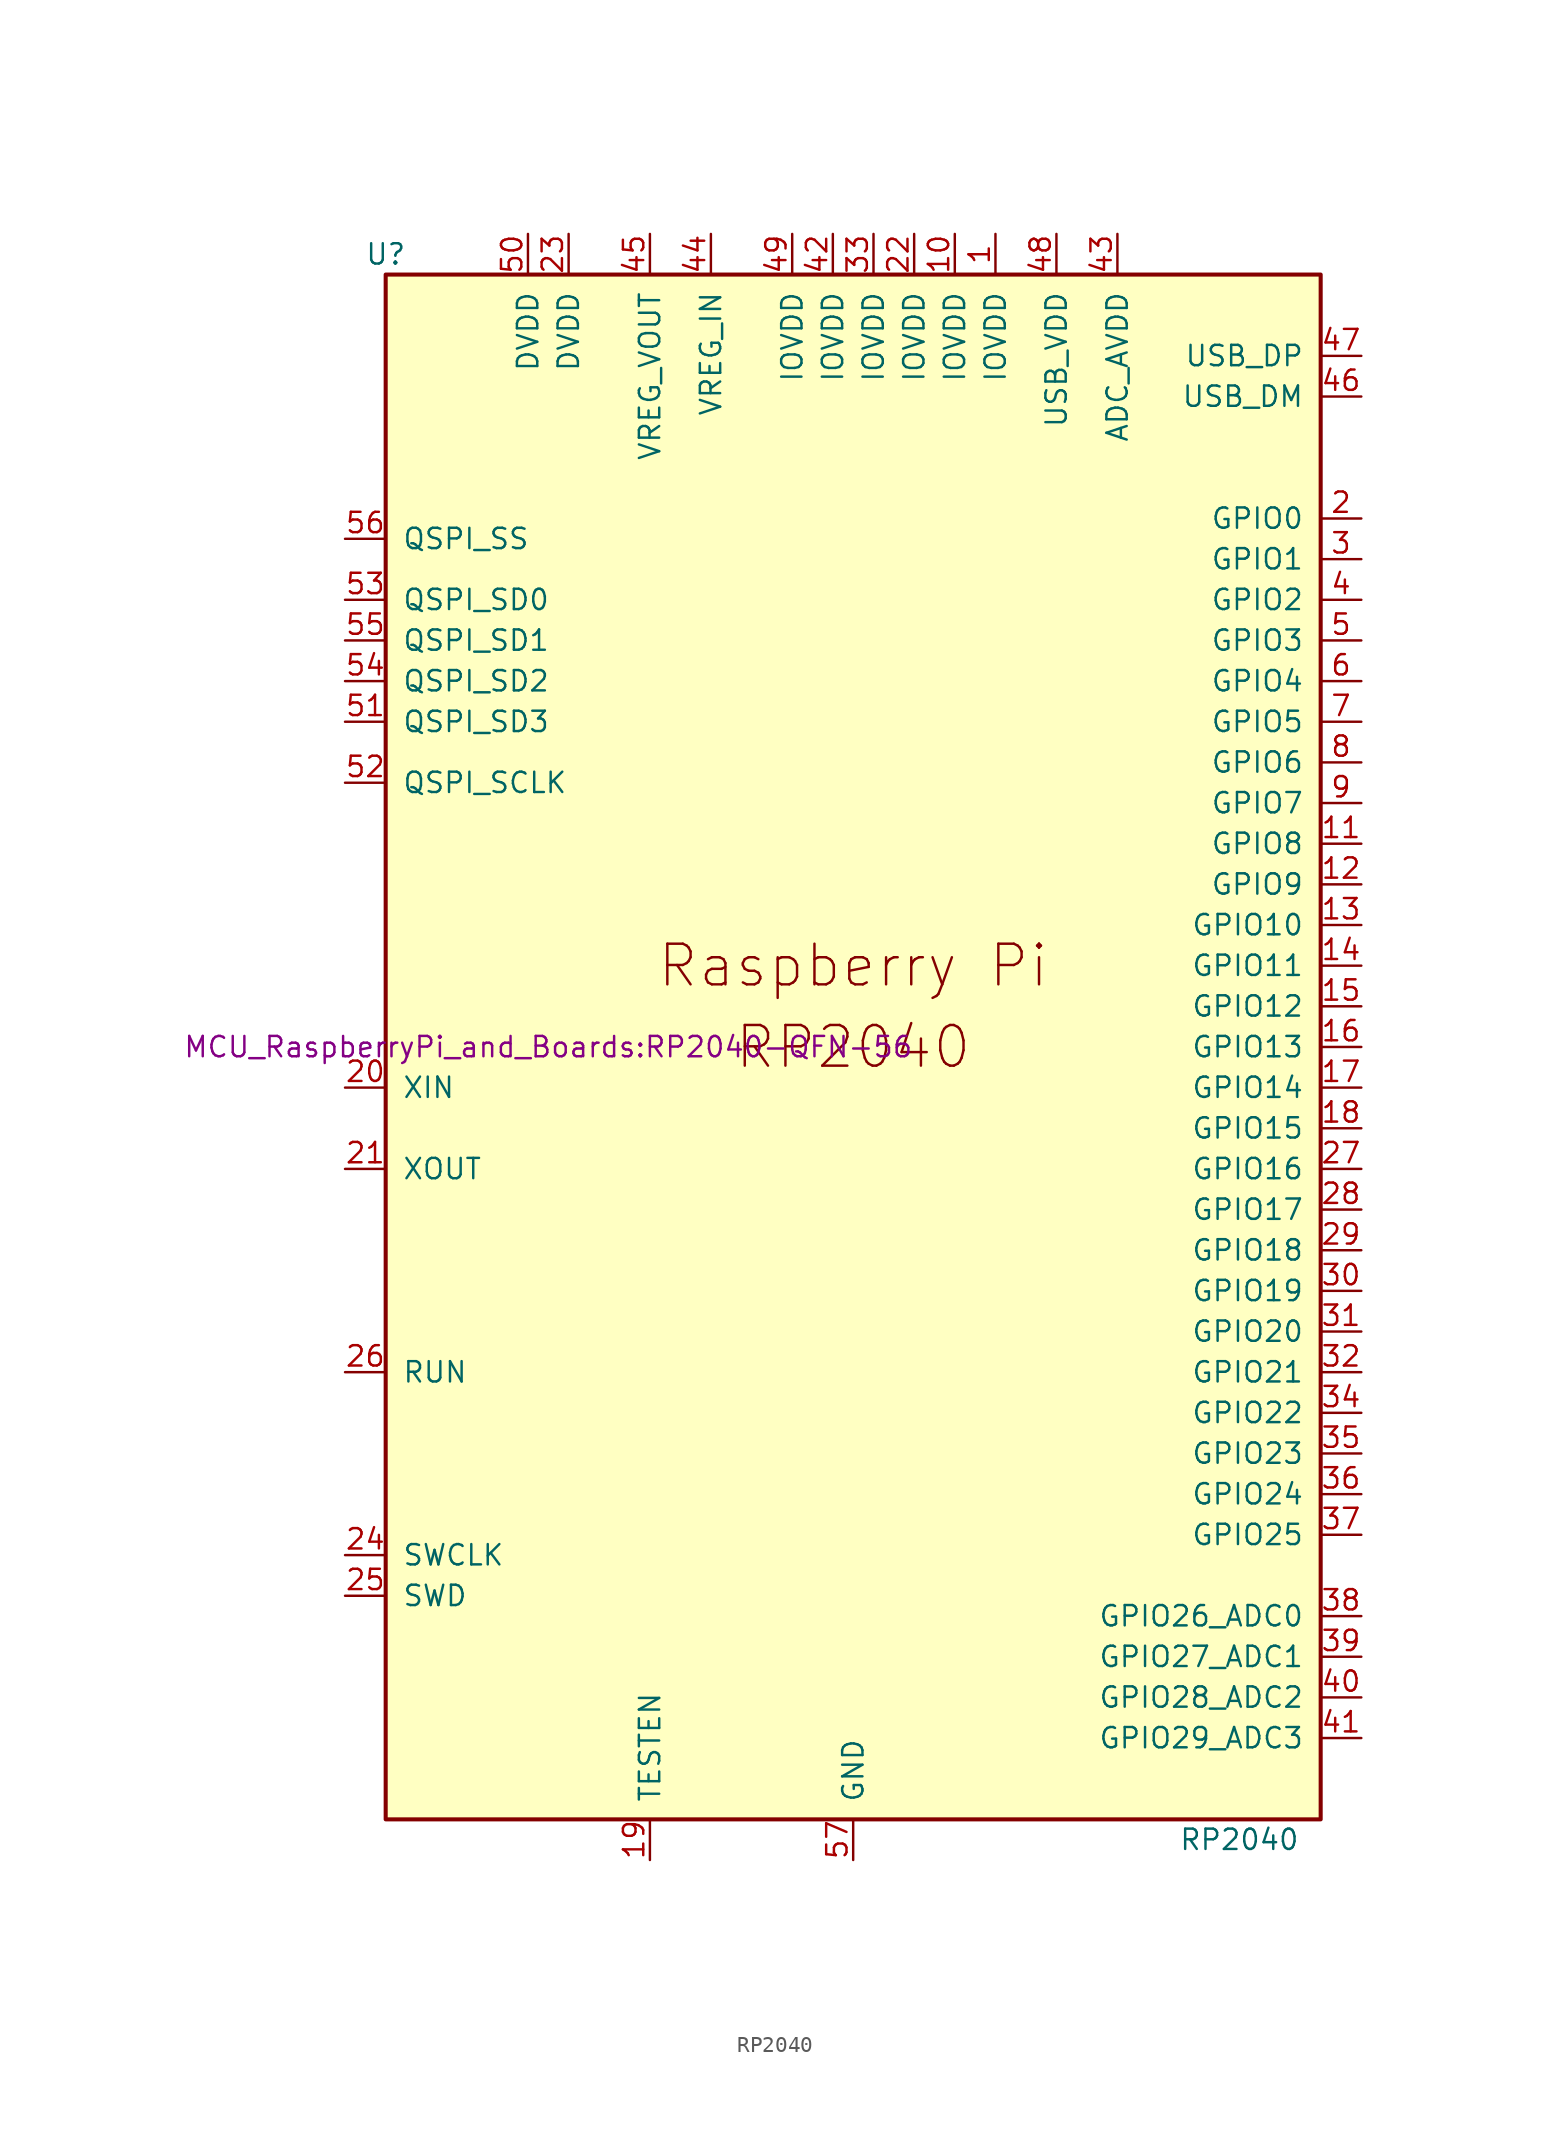
<source format=kicad_sym>
(kicad_symbol_lib
  (version 20211014)
  (generator kicad_symbol_editor)
  (symbol "RP2040"
    (pin_names
      (offset 1.016))
    (property "Reference" "U"
      (at -29.21 49.53 0)
      (effects (font (size 1.27 1.27))))
    (property "Value" "RP2040"
      (at 24.13 -49.53 0)
      (effects (font (size 1.27 1.27))))
    (property "Footprint" "MCU_RaspberryPi_and_Boards:RP2040-QFN-56"
      (at -19.05 0 0)
      (effects (font (size 1.27 1.27))))
    (symbol "RP2040_0_0"
      (text "Raspberry Pi" (at 0 5.08 0) (effects (font (size 2.54 2.54))))
      (text "RP2040" (at 0 0 0) (effects (font (size 2.54 2.54)))))
    (symbol "RP2040_0_1"
      (rectangle (start 29.21 48.26) (end -29.21 -48.26) (stroke (width 0.254) (type default) (color 0 0 0 0)) (fill (type background))))
    (symbol "RP2040_1_1"
      (pin power_in line (at 8.89 50.8 270) (length 2.54) (name "IOVDD" (effects (font (size 1.27 1.27)))) (number "1" (effects (font (size 1.27 1.27)))))
      (pin power_in line (at 6.35 50.8 270) (length 2.54) (name "IOVDD" (effects (font (size 1.27 1.27)))) (number "10" (effects (font (size 1.27 1.27)))))
      (pin bidirectional line (at 31.75 12.7 180) (length 2.54) (name "GPIO8" (effects (font (size 1.27 1.27)))) (number "11" (effects (font (size 1.27 1.27)))))
      (pin bidirectional line (at 31.75 10.16 180) (length 2.54) (name "GPIO9" (effects (font (size 1.27 1.27)))) (number "12" (effects (font (size 1.27 1.27)))))
      (pin bidirectional line (at 31.75 7.62 180) (length 2.54) (name "GPIO10" (effects (font (size 1.27 1.27)))) (number "13" (effects (font (size 1.27 1.27)))))
      (pin bidirectional line (at 31.75 5.08 180) (length 2.54) (name "GPIO11" (effects (font (size 1.27 1.27)))) (number "14" (effects (font (size 1.27 1.27)))))
      (pin bidirectional line (at 31.75 2.54 180) (length 2.54) (name "GPIO12" (effects (font (size 1.27 1.27)))) (number "15" (effects (font (size 1.27 1.27)))))
      (pin bidirectional line (at 31.75 0 180) (length 2.54) (name "GPIO13" (effects (font (size 1.27 1.27)))) (number "16" (effects (font (size 1.27 1.27)))))
      (pin bidirectional line (at 31.75 -2.54 180) (length 2.54) (name "GPIO14" (effects (font (size 1.27 1.27)))) (number "17" (effects (font (size 1.27 1.27)))))
      (pin bidirectional line (at 31.75 -5.08 180) (length 2.54) (name "GPIO15" (effects (font (size 1.27 1.27)))) (number "18" (effects (font (size 1.27 1.27)))))
      (pin passive line (at -12.7 -50.8 90) (length 2.54) (name "TESTEN" (effects (font (size 1.27 1.27)))) (number "19" (effects (font (size 1.27 1.27)))))
      (pin bidirectional line (at 31.75 33.02 180) (length 2.54) (name "GPIO0" (effects (font (size 1.27 1.27)))) (number "2" (effects (font (size 1.27 1.27)))))
      (pin input line (at -31.75 -2.54 0) (length 2.54) (name "XIN" (effects (font (size 1.27 1.27)))) (number "20" (effects (font (size 1.27 1.27)))))
      (pin passive line (at -31.75 -7.62 0) (length 2.54) (name "XOUT" (effects (font (size 1.27 1.27)))) (number "21" (effects (font (size 1.27 1.27)))))
      (pin power_in line (at 3.81 50.8 270) (length 2.54) (name "IOVDD" (effects (font (size 1.27 1.27)))) (number "22" (effects (font (size 1.27 1.27)))))
      (pin power_in line (at -17.78 50.8 270) (length 2.54) (name "DVDD" (effects (font (size 1.27 1.27)))) (number "23" (effects (font (size 1.27 1.27)))))
      (pin output line (at -31.75 -31.75 0) (length 2.54) (name "SWCLK" (effects (font (size 1.27 1.27)))) (number "24" (effects (font (size 1.27 1.27)))))
      (pin bidirectional line (at -31.75 -34.29 0) (length 2.54) (name "SWD" (effects (font (size 1.27 1.27)))) (number "25" (effects (font (size 1.27 1.27)))))
      (pin input line (at -31.75 -20.32 0) (length 2.54) (name "RUN" (effects (font (size 1.27 1.27)))) (number "26" (effects (font (size 1.27 1.27)))))
      (pin bidirectional line (at 31.75 -7.62 180) (length 2.54) (name "GPIO16" (effects (font (size 1.27 1.27)))) (number "27" (effects (font (size 1.27 1.27)))))
      (pin bidirectional line (at 31.75 -10.16 180) (length 2.54) (name "GPIO17" (effects (font (size 1.27 1.27)))) (number "28" (effects (font (size 1.27 1.27)))))
      (pin bidirectional line (at 31.75 -12.7 180) (length 2.54) (name "GPIO18" (effects (font (size 1.27 1.27)))) (number "29" (effects (font (size 1.27 1.27)))))
      (pin bidirectional line (at 31.75 30.48 180) (length 2.54) (name "GPIO1" (effects (font (size 1.27 1.27)))) (number "3" (effects (font (size 1.27 1.27)))))
      (pin bidirectional line (at 31.75 -15.24 180) (length 2.54) (name "GPIO19" (effects (font (size 1.27 1.27)))) (number "30" (effects (font (size 1.27 1.27)))))
      (pin bidirectional line (at 31.75 -17.78 180) (length 2.54) (name "GPIO20" (effects (font (size 1.27 1.27)))) (number "31" (effects (font (size 1.27 1.27)))))
      (pin bidirectional line (at 31.75 -20.32 180) (length 2.54) (name "GPIO21" (effects (font (size 1.27 1.27)))) (number "32" (effects (font (size 1.27 1.27)))))
      (pin power_in line (at 1.27 50.8 270) (length 2.54) (name "IOVDD" (effects (font (size 1.27 1.27)))) (number "33" (effects (font (size 1.27 1.27)))))
      (pin bidirectional line (at 31.75 -22.86 180) (length 2.54) (name "GPIO22" (effects (font (size 1.27 1.27)))) (number "34" (effects (font (size 1.27 1.27)))))
      (pin bidirectional line (at 31.75 -25.4 180) (length 2.54) (name "GPIO23" (effects (font (size 1.27 1.27)))) (number "35" (effects (font (size 1.27 1.27)))))
      (pin bidirectional line (at 31.75 -27.94 180) (length 2.54) (name "GPIO24" (effects (font (size 1.27 1.27)))) (number "36" (effects (font (size 1.27 1.27)))))
      (pin bidirectional line (at 31.75 -30.48 180) (length 2.54) (name "GPIO25" (effects (font (size 1.27 1.27)))) (number "37" (effects (font (size 1.27 1.27)))))
      (pin bidirectional line (at 31.75 -35.56 180) (length 2.54) (name "GPIO26_ADC0" (effects (font (size 1.27 1.27)))) (number "38" (effects (font (size 1.27 1.27)))))
      (pin bidirectional line (at 31.75 -38.1 180) (length 2.54) (name "GPIO27_ADC1" (effects (font (size 1.27 1.27)))) (number "39" (effects (font (size 1.27 1.27)))))
      (pin bidirectional line (at 31.75 27.94 180) (length 2.54) (name "GPIO2" (effects (font (size 1.27 1.27)))) (number "4" (effects (font (size 1.27 1.27)))))
      (pin bidirectional line (at 31.75 -40.64 180) (length 2.54) (name "GPIO28_ADC2" (effects (font (size 1.27 1.27)))) (number "40" (effects (font (size 1.27 1.27)))))
      (pin bidirectional line (at 31.75 -43.18 180) (length 2.54) (name "GPIO29_ADC3" (effects (font (size 1.27 1.27)))) (number "41" (effects (font (size 1.27 1.27)))))
      (pin power_in line (at -1.27 50.8 270) (length 2.54) (name "IOVDD" (effects (font (size 1.27 1.27)))) (number "42" (effects (font (size 1.27 1.27)))))
      (pin power_in line (at 16.51 50.8 270) (length 2.54) (name "ADC_AVDD" (effects (font (size 1.27 1.27)))) (number "43" (effects (font (size 1.27 1.27)))))
      (pin power_in line (at -8.89 50.8 270) (length 2.54) (name "VREG_IN" (effects (font (size 1.27 1.27)))) (number "44" (effects (font (size 1.27 1.27)))))
      (pin power_out line (at -12.7 50.8 270) (length 2.54) (name "VREG_VOUT" (effects (font (size 1.27 1.27)))) (number "45" (effects (font (size 1.27 1.27)))))
      (pin bidirectional line (at 31.75 40.64 180) (length 2.54) (name "USB_DM" (effects (font (size 1.27 1.27)))) (number "46" (effects (font (size 1.27 1.27)))))
      (pin bidirectional line (at 31.75 43.18 180) (length 2.54) (name "USB_DP" (effects (font (size 1.27 1.27)))) (number "47" (effects (font (size 1.27 1.27)))))
      (pin power_in line (at 12.7 50.8 270) (length 2.54) (name "USB_VDD" (effects (font (size 1.27 1.27)))) (number "48" (effects (font (size 1.27 1.27)))))
      (pin power_in line (at -3.81 50.8 270) (length 2.54) (name "IOVDD" (effects (font (size 1.27 1.27)))) (number "49" (effects (font (size 1.27 1.27)))))
      (pin bidirectional line (at 31.75 25.4 180) (length 2.54) (name "GPIO3" (effects (font (size 1.27 1.27)))) (number "5" (effects (font (size 1.27 1.27)))))
      (pin power_in line (at -20.32 50.8 270) (length 2.54) (name "DVDD" (effects (font (size 1.27 1.27)))) (number "50" (effects (font (size 1.27 1.27)))))
      (pin bidirectional line (at -31.75 20.32 0) (length 2.54) (name "QSPI_SD3" (effects (font (size 1.27 1.27)))) (number "51" (effects (font (size 1.27 1.27)))))
      (pin output line (at -31.75 16.51 0) (length 2.54) (name "QSPI_SCLK" (effects (font (size 1.27 1.27)))) (number "52" (effects (font (size 1.27 1.27)))))
      (pin bidirectional line (at -31.75 27.94 0) (length 2.54) (name "QSPI_SD0" (effects (font (size 1.27 1.27)))) (number "53" (effects (font (size 1.27 1.27)))))
      (pin bidirectional line (at -31.75 22.86 0) (length 2.54) (name "QSPI_SD2" (effects (font (size 1.27 1.27)))) (number "54" (effects (font (size 1.27 1.27)))))
      (pin bidirectional line (at -31.75 25.4 0) (length 2.54) (name "QSPI_SD1" (effects (font (size 1.27 1.27)))) (number "55" (effects (font (size 1.27 1.27)))))
      (pin bidirectional line (at -31.75 31.75 0) (length 2.54) (name "QSPI_SS" (effects (font (size 1.27 1.27)))) (number "56" (effects (font (size 1.27 1.27)))))
      (pin power_in line (at 0 -50.8 90) (length 2.54) (name "GND" (effects (font (size 1.27 1.27)))) (number "57" (effects (font (size 1.27 1.27)))))
      (pin bidirectional line (at 31.75 22.86 180) (length 2.54) (name "GPIO4" (effects (font (size 1.27 1.27)))) (number "6" (effects (font (size 1.27 1.27)))))
      (pin bidirectional line (at 31.75 20.32 180) (length 2.54) (name "GPIO5" (effects (font (size 1.27 1.27)))) (number "7" (effects (font (size 1.27 1.27)))))
      (pin bidirectional line (at 31.75 17.78 180) (length 2.54) (name "GPIO6" (effects (font (size 1.27 1.27)))) (number "8" (effects (font (size 1.27 1.27)))))
      (pin bidirectional line (at 31.75 15.24 180) (length 2.54) (name "GPIO7" (effects (font (size 1.27 1.27)))) (number "9" (effects (font (size 1.27 1.27))))))))
</source>
